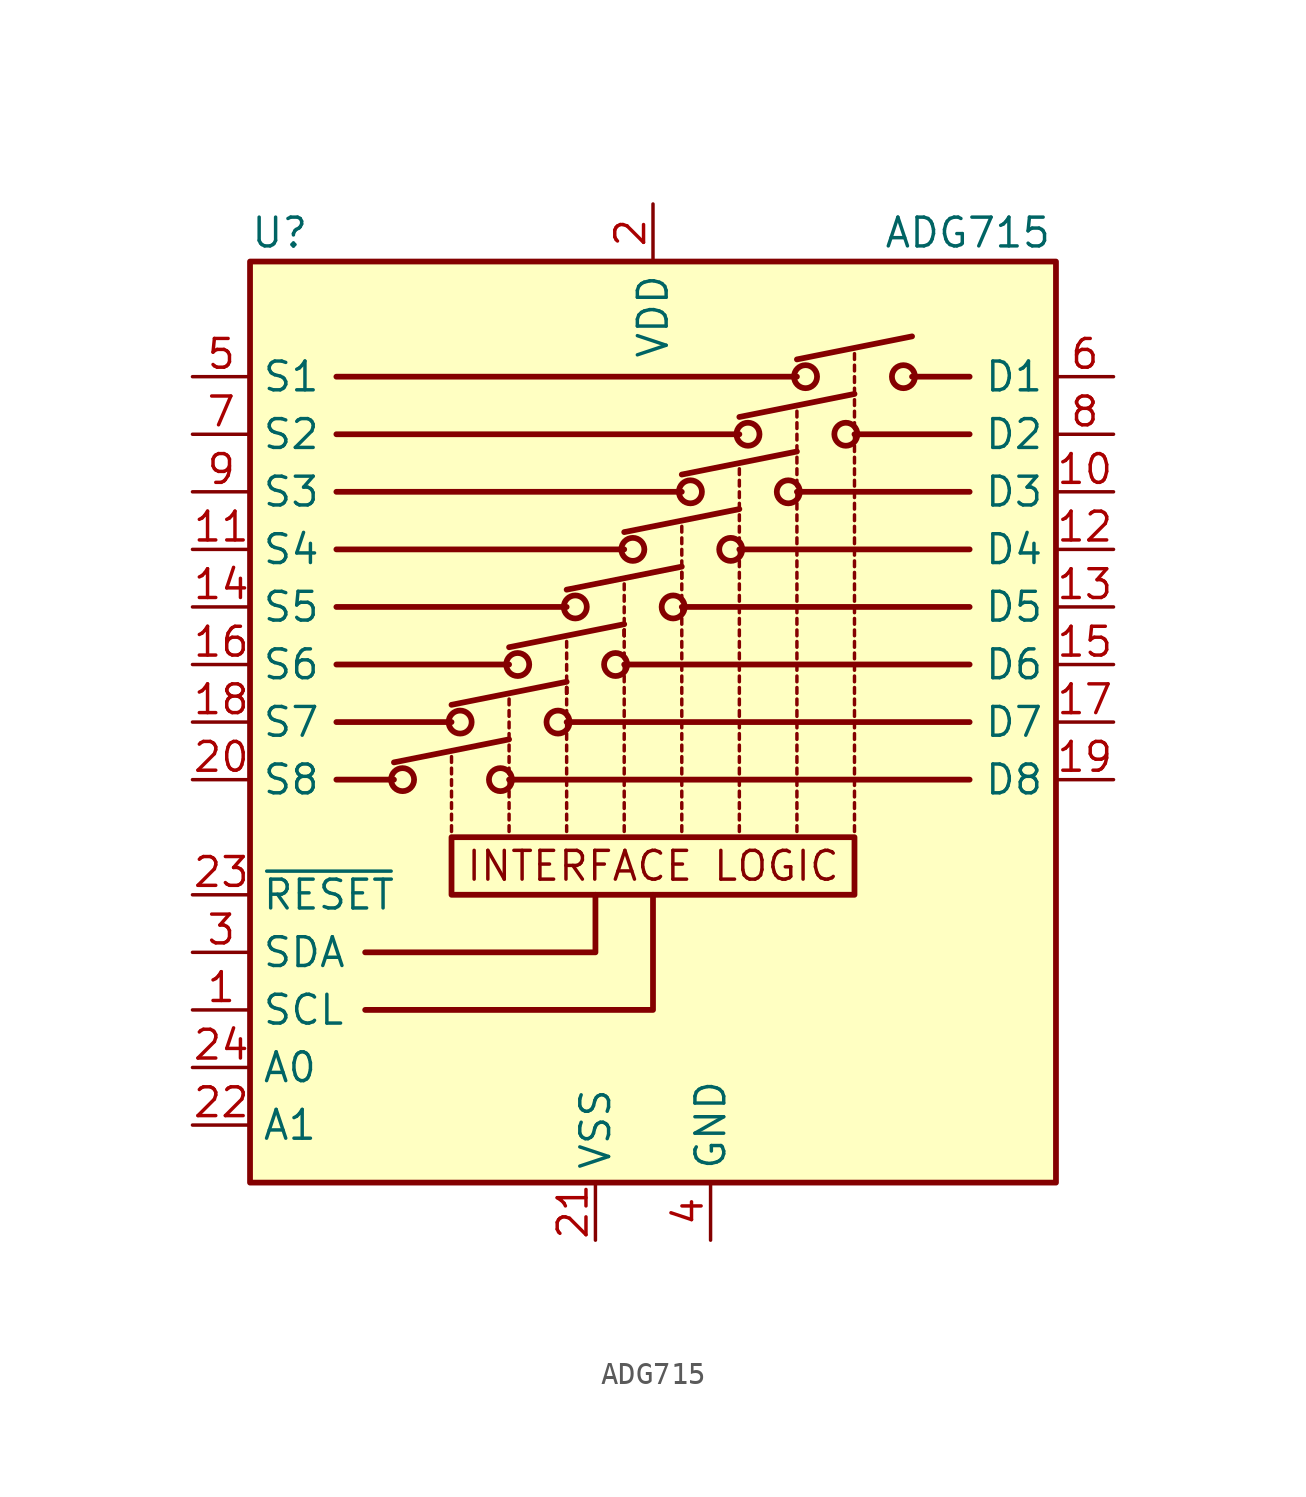
<source format=kicad_sym>
(kicad_symbol_lib
  (version 20241209)
  (generator "kicad_symbol_editor")
  (generator_version "9.0")
  (symbol "ADG715"
    (property "Reference" "U"
      (at -17.78 24.13 0)
      (effects (font (size 1.27 1.27)) (justify left)))
    (property "Value" "ADG715"
      (at 10.16 24.13 0)
      (effects (font (size 1.27 1.27)) (justify left)))
    (symbol "ADG715_0_0"
      (polyline (pts (xy -12.7 -7.62) (xy -2.54 -7.62) (xy -2.54 -5.08)) (stroke (width 0.254) (type default)) (fill (type none)))
      (polyline (pts (xy -12.7 -10.16) (xy 0 -10.16) (xy 0 -7.62) (xy 0 -5.08)) (stroke (width 0.254) (type default)) (fill (type none)))
      (text "INTERFACE LOGIC" (at 0 -3.81 0) (effects (font (size 1.27 1.27)))))
    (symbol "ADG715_0_1"
      (rectangle (start -17.78 -17.78) (end 17.78 22.86) (stroke (width 0.254) (type default)) (fill (type background)))
      (polyline (pts (xy -11.43 0) (xy -13.97 0)) (stroke (width 0.254) (type default)) (fill (type none)))
      (polyline (pts (xy -8.89 2.54) (xy -13.97 2.54)) (stroke (width 0.254) (type default)) (fill (type none)))
      (rectangle (start -8.89 -2.54) (end 8.89 -5.08) (stroke (width 0.254) (type default)) (fill (type none)))
      (polyline (pts (xy -6.35 5.08) (xy -13.97 5.08)) (stroke (width 0.254) (type default)) (fill (type none)))
      (polyline (pts (xy -6.35 0) (xy 13.97 0)) (stroke (width 0.254) (type default)) (fill (type none)))
      (polyline (pts (xy -3.81 7.62) (xy -13.97 7.62)) (stroke (width 0.254) (type default)) (fill (type none)))
      (polyline (pts (xy -3.81 2.54) (xy 13.97 2.54)) (stroke (width 0.254) (type default)) (fill (type none)))
      (polyline (pts (xy -1.27 10.16) (xy -13.97 10.16)) (stroke (width 0.254) (type default)) (fill (type none)))
      (polyline (pts (xy -1.27 5.08) (xy 13.97 5.08)) (stroke (width 0.254) (type default)) (fill (type none)))
      (polyline (pts (xy 1.27 12.7) (xy -13.97 12.7)) (stroke (width 0.254) (type default)) (fill (type none)))
      (polyline (pts (xy 1.27 7.62) (xy 13.97 7.62)) (stroke (width 0.254) (type default)) (fill (type none)))
      (polyline (pts (xy 3.81 15.24) (xy -13.97 15.24)) (stroke (width 0.254) (type default)) (fill (type none)))
      (polyline (pts (xy 3.81 10.16) (xy 13.97 10.16)) (stroke (width 0.254) (type default)) (fill (type none)))
      (polyline (pts (xy 6.35 17.78) (xy -13.97 17.78)) (stroke (width 0.254) (type default)) (fill (type none)))
      (polyline (pts (xy 6.35 12.7) (xy 13.97 12.7)) (stroke (width 0.254) (type default)) (fill (type none)))
      (polyline (pts (xy 8.89 15.24) (xy 13.97 15.24)) (stroke (width 0.254) (type default)) (fill (type none)))
      (polyline (pts (xy 11.43 17.78) (xy 13.97 17.78)) (stroke (width 0.254) (type default)) (fill (type none))))
    (symbol "ADG715_1_1"
      (polyline (pts (xy -11.43 0.762) (xy -6.35 1.778)) (stroke (width 0.254) (type default)) (fill (type none)))
      (circle (center -11.049 0) (radius 0.508) (stroke (width 0.254) (type default)) (fill (type none)))
      (polyline (pts (xy -8.89 3.302) (xy -3.81 4.318)) (stroke (width 0.254) (type default)) (fill (type none)))
      (polyline (pts (xy -8.89 0.762) (xy -8.89 1.016)) (stroke (width 0) (type default)) (fill (type none)))
      (polyline (pts (xy -8.89 0.254) (xy -8.89 0.508)) (stroke (width 0) (type default)) (fill (type none)))
      (polyline (pts (xy -8.89 -0.254) (xy -8.89 0)) (stroke (width 0) (type default)) (fill (type none)))
      (polyline (pts (xy -8.89 -0.762) (xy -8.89 -0.508)) (stroke (width 0) (type default)) (fill (type none)))
      (polyline (pts (xy -8.89 -1.27) (xy -8.89 -1.016)) (stroke (width 0) (type default)) (fill (type none)))
      (polyline (pts (xy -8.89 -1.778) (xy -8.89 -1.524)) (stroke (width 0) (type default)) (fill (type none)))
      (polyline (pts (xy -8.89 -2.286) (xy -8.89 -2.032)) (stroke (width 0) (type default)) (fill (type none)))
      (circle (center -8.509 2.54) (radius 0.508) (stroke (width 0.254) (type default)) (fill (type none)))
      (circle (center -6.731 0) (radius 0.508) (stroke (width 0.254) (type default)) (fill (type none)))
      (polyline (pts (xy -6.35 5.842) (xy -1.27 6.858)) (stroke (width 0.254) (type default)) (fill (type none)))
      (polyline (pts (xy -6.35 3.302) (xy -6.35 3.556)) (stroke (width 0) (type default)) (fill (type none)))
      (polyline (pts (xy -6.35 2.794) (xy -6.35 3.048)) (stroke (width 0) (type default)) (fill (type none)))
      (polyline (pts (xy -6.35 2.286) (xy -6.35 2.54)) (stroke (width 0) (type default)) (fill (type none)))
      (polyline (pts (xy -6.35 1.778) (xy -6.35 2.032)) (stroke (width 0) (type default)) (fill (type none)))
      (polyline (pts (xy -6.35 1.27) (xy -6.35 1.524)) (stroke (width 0) (type default)) (fill (type none)))
      (polyline (pts (xy -6.35 0.762) (xy -6.35 1.016)) (stroke (width 0) (type default)) (fill (type none)))
      (polyline (pts (xy -6.35 0.254) (xy -6.35 0.508)) (stroke (width 0) (type default)) (fill (type none)))
      (polyline (pts (xy -6.35 -0.254) (xy -6.35 0)) (stroke (width 0) (type default)) (fill (type none)))
      (polyline (pts (xy -6.35 -0.762) (xy -6.35 -0.508)) (stroke (width 0) (type default)) (fill (type none)))
      (polyline (pts (xy -6.35 -1.27) (xy -6.35 -1.016)) (stroke (width 0) (type default)) (fill (type none)))
      (polyline (pts (xy -6.35 -1.778) (xy -6.35 -1.524)) (stroke (width 0) (type default)) (fill (type none)))
      (polyline (pts (xy -6.35 -2.286) (xy -6.35 -2.032)) (stroke (width 0) (type default)) (fill (type none)))
      (circle (center -5.969 5.08) (radius 0.508) (stroke (width 0.254) (type default)) (fill (type none)))
      (circle (center -4.191 2.54) (radius 0.508) (stroke (width 0.254) (type default)) (fill (type none)))
      (polyline (pts (xy -3.81 8.382) (xy 1.27 9.398)) (stroke (width 0.254) (type default)) (fill (type none)))
      (polyline (pts (xy -3.81 5.842) (xy -3.81 6.096)) (stroke (width 0) (type default)) (fill (type none)))
      (polyline (pts (xy -3.81 5.334) (xy -3.81 5.588)) (stroke (width 0) (type default)) (fill (type none)))
      (polyline (pts (xy -3.81 4.826) (xy -3.81 5.08)) (stroke (width 0) (type default)) (fill (type none)))
      (polyline (pts (xy -3.81 4.318) (xy -3.81 4.572)) (stroke (width 0) (type default)) (fill (type none)))
      (polyline (pts (xy -3.81 3.81) (xy -3.81 4.064)) (stroke (width 0) (type default)) (fill (type none)))
      (polyline (pts (xy -3.81 3.81) (xy -3.81 4.064)) (stroke (width 0) (type default)) (fill (type none)))
      (polyline (pts (xy -3.81 3.81) (xy -3.81 4.064)) (stroke (width 0) (type default)) (fill (type none)))
      (polyline (pts (xy -3.81 3.81) (xy -3.81 4.064)) (stroke (width 0) (type default)) (fill (type none)))
      (polyline (pts (xy -3.81 3.302) (xy -3.81 3.556)) (stroke (width 0) (type default)) (fill (type none)))
      (polyline (pts (xy -3.81 2.794) (xy -3.81 3.048)) (stroke (width 0) (type default)) (fill (type none)))
      (polyline (pts (xy -3.81 2.286) (xy -3.81 2.54)) (stroke (width 0) (type default)) (fill (type none)))
      (polyline (pts (xy -3.81 1.778) (xy -3.81 2.032)) (stroke (width 0) (type default)) (fill (type none)))
      (polyline (pts (xy -3.81 1.27) (xy -3.81 1.524)) (stroke (width 0) (type default)) (fill (type none)))
      (polyline (pts (xy -3.81 0.762) (xy -3.81 1.016)) (stroke (width 0) (type default)) (fill (type none)))
      (polyline (pts (xy -3.81 0.254) (xy -3.81 0.508)) (stroke (width 0) (type default)) (fill (type none)))
      (polyline (pts (xy -3.81 -0.254) (xy -3.81 0)) (stroke (width 0) (type default)) (fill (type none)))
      (polyline (pts (xy -3.81 -0.762) (xy -3.81 -0.508)) (stroke (width 0) (type default)) (fill (type none)))
      (polyline (pts (xy -3.81 -1.27) (xy -3.81 -1.016)) (stroke (width 0) (type default)) (fill (type none)))
      (polyline (pts (xy -3.81 -1.778) (xy -3.81 -1.524)) (stroke (width 0) (type default)) (fill (type none)))
      (polyline (pts (xy -3.81 -2.286) (xy -3.81 -2.032)) (stroke (width 0) (type default)) (fill (type none)))
      (circle (center -3.429 7.62) (radius 0.508) (stroke (width 0.254) (type default)) (fill (type none)))
      (circle (center -1.651 5.08) (radius 0.508) (stroke (width 0.254) (type default)) (fill (type none)))
      (polyline (pts (xy -1.27 10.922) (xy 3.81 11.938)) (stroke (width 0.254) (type default)) (fill (type none)))
      (polyline (pts (xy -1.27 8.382) (xy -1.27 8.636)) (stroke (width 0) (type default)) (fill (type none)))
      (polyline (pts (xy -1.27 7.874) (xy -1.27 8.128)) (stroke (width 0) (type default)) (fill (type none)))
      (polyline (pts (xy -1.27 7.366) (xy -1.27 7.62)) (stroke (width 0) (type default)) (fill (type none)))
      (polyline (pts (xy -1.27 6.858) (xy -1.27 7.112)) (stroke (width 0) (type default)) (fill (type none)))
      (polyline (pts (xy -1.27 6.35) (xy -1.27 6.604)) (stroke (width 0) (type default)) (fill (type none)))
      (polyline (pts (xy -1.27 6.35) (xy -1.27 6.604)) (stroke (width 0) (type default)) (fill (type none)))
      (polyline (pts (xy -1.27 6.35) (xy -1.27 6.604)) (stroke (width 0) (type default)) (fill (type none)))
      (polyline (pts (xy -1.27 5.842) (xy -1.27 6.096)) (stroke (width 0) (type default)) (fill (type none)))
      (polyline (pts (xy -1.27 5.334) (xy -1.27 5.588)) (stroke (width 0) (type default)) (fill (type none)))
      (polyline (pts (xy -1.27 4.826) (xy -1.27 5.08)) (stroke (width 0) (type default)) (fill (type none)))
      (polyline (pts (xy -1.27 4.318) (xy -1.27 4.572)) (stroke (width 0) (type default)) (fill (type none)))
      (polyline (pts (xy -1.27 3.81) (xy -1.27 4.064)) (stroke (width 0) (type default)) (fill (type none)))
      (polyline (pts (xy -1.27 3.302) (xy -1.27 3.556)) (stroke (width 0) (type default)) (fill (type none)))
      (polyline (pts (xy -1.27 2.794) (xy -1.27 3.048)) (stroke (width 0) (type default)) (fill (type none)))
      (polyline (pts (xy -1.27 2.286) (xy -1.27 2.54)) (stroke (width 0) (type default)) (fill (type none)))
      (polyline (pts (xy -1.27 1.778) (xy -1.27 2.032)) (stroke (width 0) (type default)) (fill (type none)))
      (polyline (pts (xy -1.27 1.27) (xy -1.27 1.524)) (stroke (width 0) (type default)) (fill (type none)))
      (polyline (pts (xy -1.27 0.762) (xy -1.27 1.016)) (stroke (width 0) (type default)) (fill (type none)))
      (polyline (pts (xy -1.27 0.254) (xy -1.27 0.508)) (stroke (width 0) (type default)) (fill (type none)))
      (polyline (pts (xy -1.27 -0.254) (xy -1.27 0)) (stroke (width 0) (type default)) (fill (type none)))
      (polyline (pts (xy -1.27 -0.762) (xy -1.27 -0.508)) (stroke (width 0) (type default)) (fill (type none)))
      (polyline (pts (xy -1.27 -1.27) (xy -1.27 -1.016)) (stroke (width 0) (type default)) (fill (type none)))
      (polyline (pts (xy -1.27 -1.778) (xy -1.27 -1.524)) (stroke (width 0) (type default)) (fill (type none)))
      (polyline (pts (xy -1.27 -2.286) (xy -1.27 -2.032)) (stroke (width 0) (type default)) (fill (type none)))
      (circle (center -0.889 10.16) (radius 0.508) (stroke (width 0.254) (type default)) (fill (type none)))
      (circle (center 0.889 7.62) (radius 0.508) (stroke (width 0.254) (type default)) (fill (type none)))
      (polyline (pts (xy 1.27 13.462) (xy 6.35 14.478)) (stroke (width 0.254) (type default)) (fill (type none)))
      (polyline (pts (xy 1.27 10.922) (xy 1.27 11.176)) (stroke (width 0) (type default)) (fill (type none)))
      (polyline (pts (xy 1.27 10.414) (xy 1.27 10.668)) (stroke (width 0) (type default)) (fill (type none)))
      (polyline (pts (xy 1.27 9.906) (xy 1.27 10.16)) (stroke (width 0) (type default)) (fill (type none)))
      (polyline (pts (xy 1.27 9.398) (xy 1.27 9.652)) (stroke (width 0) (type default)) (fill (type none)))
      (polyline (pts (xy 1.27 8.89) (xy 1.27 9.144)) (stroke (width 0) (type default)) (fill (type none)))
      (polyline (pts (xy 1.27 8.89) (xy 1.27 9.144)) (stroke (width 0) (type default)) (fill (type none)))
      (polyline (pts (xy 1.27 8.382) (xy 1.27 8.636)) (stroke (width 0) (type default)) (fill (type none)))
      (polyline (pts (xy 1.27 7.874) (xy 1.27 8.128)) (stroke (width 0) (type default)) (fill (type none)))
      (polyline (pts (xy 1.27 7.366) (xy 1.27 7.62)) (stroke (width 0) (type default)) (fill (type none)))
      (polyline (pts (xy 1.27 6.858) (xy 1.27 7.112)) (stroke (width 0) (type default)) (fill (type none)))
      (polyline (pts (xy 1.27 6.35) (xy 1.27 6.604)) (stroke (width 0) (type default)) (fill (type none)))
      (polyline (pts (xy 1.27 5.842) (xy 1.27 6.096)) (stroke (width 0) (type default)) (fill (type none)))
      (polyline (pts (xy 1.27 5.334) (xy 1.27 5.588)) (stroke (width 0) (type default)) (fill (type none)))
      (polyline (pts (xy 1.27 4.826) (xy 1.27 5.08)) (stroke (width 0) (type default)) (fill (type none)))
      (polyline (pts (xy 1.27 4.318) (xy 1.27 4.572)) (stroke (width 0) (type default)) (fill (type none)))
      (polyline (pts (xy 1.27 3.81) (xy 1.27 4.064)) (stroke (width 0) (type default)) (fill (type none)))
      (polyline (pts (xy 1.27 3.302) (xy 1.27 3.556)) (stroke (width 0) (type default)) (fill (type none)))
      (polyline (pts (xy 1.27 2.794) (xy 1.27 3.048)) (stroke (width 0) (type default)) (fill (type none)))
      (polyline (pts (xy 1.27 2.286) (xy 1.27 2.54)) (stroke (width 0) (type default)) (fill (type none)))
      (polyline (pts (xy 1.27 1.778) (xy 1.27 2.032)) (stroke (width 0) (type default)) (fill (type none)))
      (polyline (pts (xy 1.27 1.27) (xy 1.27 1.524)) (stroke (width 0) (type default)) (fill (type none)))
      (polyline (pts (xy 1.27 0.762) (xy 1.27 1.016)) (stroke (width 0) (type default)) (fill (type none)))
      (polyline (pts (xy 1.27 0.254) (xy 1.27 0.508)) (stroke (width 0) (type default)) (fill (type none)))
      (polyline (pts (xy 1.27 -0.254) (xy 1.27 0)) (stroke (width 0) (type default)) (fill (type none)))
      (polyline (pts (xy 1.27 -0.762) (xy 1.27 -0.508)) (stroke (width 0) (type default)) (fill (type none)))
      (polyline (pts (xy 1.27 -1.27) (xy 1.27 -1.016)) (stroke (width 0) (type default)) (fill (type none)))
      (polyline (pts (xy 1.27 -1.778) (xy 1.27 -1.524)) (stroke (width 0) (type default)) (fill (type none)))
      (polyline (pts (xy 1.27 -2.286) (xy 1.27 -2.032)) (stroke (width 0) (type default)) (fill (type none)))
      (circle (center 1.651 12.7) (radius 0.508) (stroke (width 0.254) (type default)) (fill (type none)))
      (circle (center 3.429 10.16) (radius 0.508) (stroke (width 0.254) (type default)) (fill (type none)))
      (polyline (pts (xy 3.81 16.002) (xy 8.89 17.018)) (stroke (width 0.254) (type default)) (fill (type none)))
      (polyline (pts (xy 3.81 13.462) (xy 3.81 13.716)) (stroke (width 0) (type default)) (fill (type none)))
      (polyline (pts (xy 3.81 12.954) (xy 3.81 13.208)) (stroke (width 0) (type default)) (fill (type none)))
      (polyline (pts (xy 3.81 12.446) (xy 3.81 12.7)) (stroke (width 0) (type default)) (fill (type none)))
      (polyline (pts (xy 3.81 11.938) (xy 3.81 12.192)) (stroke (width 0) (type default)) (fill (type none)))
      (polyline (pts (xy 3.81 11.43) (xy 3.81 11.684)) (stroke (width 0) (type default)) (fill (type none)))
      (polyline (pts (xy 3.81 10.922) (xy 3.81 11.176)) (stroke (width 0) (type default)) (fill (type none)))
      (polyline (pts (xy 3.81 10.414) (xy 3.81 10.668)) (stroke (width 0) (type default)) (fill (type none)))
      (polyline (pts (xy 3.81 9.906) (xy 3.81 10.16)) (stroke (width 0) (type default)) (fill (type none)))
      (polyline (pts (xy 3.81 9.398) (xy 3.81 9.652)) (stroke (width 0) (type default)) (fill (type none)))
      (polyline (pts (xy 3.81 8.89) (xy 3.81 9.144)) (stroke (width 0) (type default)) (fill (type none)))
      (polyline (pts (xy 3.81 8.382) (xy 3.81 8.636)) (stroke (width 0) (type default)) (fill (type none)))
      (polyline (pts (xy 3.81 7.874) (xy 3.81 8.128)) (stroke (width 0) (type default)) (fill (type none)))
      (polyline (pts (xy 3.81 7.366) (xy 3.81 7.62)) (stroke (width 0) (type default)) (fill (type none)))
      (polyline (pts (xy 3.81 6.858) (xy 3.81 7.112)) (stroke (width 0) (type default)) (fill (type none)))
      (polyline (pts (xy 3.81 6.35) (xy 3.81 6.604)) (stroke (width 0) (type default)) (fill (type none)))
      (polyline (pts (xy 3.81 5.842) (xy 3.81 6.096)) (stroke (width 0) (type default)) (fill (type none)))
      (polyline (pts (xy 3.81 5.334) (xy 3.81 5.588)) (stroke (width 0) (type default)) (fill (type none)))
      (polyline (pts (xy 3.81 4.826) (xy 3.81 5.08)) (stroke (width 0) (type default)) (fill (type none)))
      (polyline (pts (xy 3.81 4.318) (xy 3.81 4.572)) (stroke (width 0) (type default)) (fill (type none)))
      (polyline (pts (xy 3.81 3.81) (xy 3.81 4.064)) (stroke (width 0) (type default)) (fill (type none)))
      (polyline (pts (xy 3.81 3.302) (xy 3.81 3.556)) (stroke (width 0) (type default)) (fill (type none)))
      (polyline (pts (xy 3.81 2.794) (xy 3.81 3.048)) (stroke (width 0) (type default)) (fill (type none)))
      (polyline (pts (xy 3.81 2.286) (xy 3.81 2.54)) (stroke (width 0) (type default)) (fill (type none)))
      (polyline (pts (xy 3.81 1.778) (xy 3.81 2.032)) (stroke (width 0) (type default)) (fill (type none)))
      (polyline (pts (xy 3.81 1.27) (xy 3.81 1.524)) (stroke (width 0) (type default)) (fill (type none)))
      (polyline (pts (xy 3.81 0.762) (xy 3.81 1.016)) (stroke (width 0) (type default)) (fill (type none)))
      (polyline (pts (xy 3.81 0.254) (xy 3.81 0.508)) (stroke (width 0) (type default)) (fill (type none)))
      (polyline (pts (xy 3.81 -0.254) (xy 3.81 0)) (stroke (width 0) (type default)) (fill (type none)))
      (polyline (pts (xy 3.81 -0.762) (xy 3.81 -0.508)) (stroke (width 0) (type default)) (fill (type none)))
      (polyline (pts (xy 3.81 -1.27) (xy 3.81 -1.016)) (stroke (width 0) (type default)) (fill (type none)))
      (polyline (pts (xy 3.81 -1.778) (xy 3.81 -1.524)) (stroke (width 0) (type default)) (fill (type none)))
      (polyline (pts (xy 3.81 -2.286) (xy 3.81 -2.032)) (stroke (width 0) (type default)) (fill (type none)))
      (circle (center 4.191 15.24) (radius 0.508) (stroke (width 0.254) (type default)) (fill (type none)))
      (circle (center 5.969 12.7) (radius 0.508) (stroke (width 0.254) (type default)) (fill (type none)))
      (polyline (pts (xy 6.35 18.542) (xy 11.43 19.558)) (stroke (width 0.254) (type default)) (fill (type none)))
      (polyline (pts (xy 6.35 16.002) (xy 6.35 16.256)) (stroke (width 0) (type default)) (fill (type none)))
      (polyline (pts (xy 6.35 15.494) (xy 6.35 15.748)) (stroke (width 0) (type default)) (fill (type none)))
      (polyline (pts (xy 6.35 14.986) (xy 6.35 15.24)) (stroke (width 0) (type default)) (fill (type none)))
      (polyline (pts (xy 6.35 14.478) (xy 6.35 14.732)) (stroke (width 0) (type default)) (fill (type none)))
      (polyline (pts (xy 6.35 13.97) (xy 6.35 14.224)) (stroke (width 0) (type default)) (fill (type none)))
      (polyline (pts (xy 6.35 13.462) (xy 6.35 13.716)) (stroke (width 0) (type default)) (fill (type none)))
      (polyline (pts (xy 6.35 12.954) (xy 6.35 13.208)) (stroke (width 0) (type default)) (fill (type none)))
      (polyline (pts (xy 6.35 12.446) (xy 6.35 12.7)) (stroke (width 0) (type default)) (fill (type none)))
      (polyline (pts (xy 6.35 11.938) (xy 6.35 12.192)) (stroke (width 0) (type default)) (fill (type none)))
      (polyline (pts (xy 6.35 11.43) (xy 6.35 11.684)) (stroke (width 0) (type default)) (fill (type none)))
      (polyline (pts (xy 6.35 10.922) (xy 6.35 11.176)) (stroke (width 0) (type default)) (fill (type none)))
      (polyline (pts (xy 6.35 10.414) (xy 6.35 10.668)) (stroke (width 0) (type default)) (fill (type none)))
      (polyline (pts (xy 6.35 9.906) (xy 6.35 10.16)) (stroke (width 0) (type default)) (fill (type none)))
      (polyline (pts (xy 6.35 9.398) (xy 6.35 9.652)) (stroke (width 0) (type default)) (fill (type none)))
      (polyline (pts (xy 6.35 8.89) (xy 6.35 9.144)) (stroke (width 0) (type default)) (fill (type none)))
      (polyline (pts (xy 6.35 8.382) (xy 6.35 8.636)) (stroke (width 0) (type default)) (fill (type none)))
      (polyline (pts (xy 6.35 7.874) (xy 6.35 8.128)) (stroke (width 0) (type default)) (fill (type none)))
      (polyline (pts (xy 6.35 7.366) (xy 6.35 7.62)) (stroke (width 0) (type default)) (fill (type none)))
      (polyline (pts (xy 6.35 6.858) (xy 6.35 7.112)) (stroke (width 0) (type default)) (fill (type none)))
      (polyline (pts (xy 6.35 6.35) (xy 6.35 6.604)) (stroke (width 0) (type default)) (fill (type none)))
      (polyline (pts (xy 6.35 5.842) (xy 6.35 6.096)) (stroke (width 0) (type default)) (fill (type none)))
      (polyline (pts (xy 6.35 5.334) (xy 6.35 5.588)) (stroke (width 0) (type default)) (fill (type none)))
      (polyline (pts (xy 6.35 4.826) (xy 6.35 5.08)) (stroke (width 0) (type default)) (fill (type none)))
      (polyline (pts (xy 6.35 4.318) (xy 6.35 4.572)) (stroke (width 0) (type default)) (fill (type none)))
      (polyline (pts (xy 6.35 3.81) (xy 6.35 4.064)) (stroke (width 0) (type default)) (fill (type none)))
      (polyline (pts (xy 6.35 3.302) (xy 6.35 3.556)) (stroke (width 0) (type default)) (fill (type none)))
      (polyline (pts (xy 6.35 2.794) (xy 6.35 3.048)) (stroke (width 0) (type default)) (fill (type none)))
      (polyline (pts (xy 6.35 2.286) (xy 6.35 2.54)) (stroke (width 0) (type default)) (fill (type none)))
      (polyline (pts (xy 6.35 1.778) (xy 6.35 2.032)) (stroke (width 0) (type default)) (fill (type none)))
      (polyline (pts (xy 6.35 1.27) (xy 6.35 1.524)) (stroke (width 0) (type default)) (fill (type none)))
      (polyline (pts (xy 6.35 0.762) (xy 6.35 1.016)) (stroke (width 0) (type default)) (fill (type none)))
      (polyline (pts (xy 6.35 0.254) (xy 6.35 0.508)) (stroke (width 0) (type default)) (fill (type none)))
      (polyline (pts (xy 6.35 -0.254) (xy 6.35 0)) (stroke (width 0) (type default)) (fill (type none)))
      (polyline (pts (xy 6.35 -0.762) (xy 6.35 -0.508)) (stroke (width 0) (type default)) (fill (type none)))
      (polyline (pts (xy 6.35 -1.27) (xy 6.35 -1.016)) (stroke (width 0) (type default)) (fill (type none)))
      (polyline (pts (xy 6.35 -1.778) (xy 6.35 -1.524)) (stroke (width 0) (type default)) (fill (type none)))
      (polyline (pts (xy 6.35 -2.286) (xy 6.35 -2.032)) (stroke (width 0) (type default)) (fill (type none)))
      (circle (center 6.731 17.78) (radius 0.508) (stroke (width 0.254) (type default)) (fill (type none)))
      (circle (center 8.509 15.24) (radius 0.508) (stroke (width 0.254) (type default)) (fill (type none)))
      (polyline (pts (xy 8.89 18.542) (xy 8.89 18.796)) (stroke (width 0) (type default)) (fill (type none)))
      (polyline (pts (xy 8.89 18.034) (xy 8.89 18.288)) (stroke (width 0) (type default)) (fill (type none)))
      (polyline (pts (xy 8.89 17.526) (xy 8.89 17.78)) (stroke (width 0) (type default)) (fill (type none)))
      (polyline (pts (xy 8.89 17.018) (xy 8.89 17.272)) (stroke (width 0) (type default)) (fill (type none)))
      (polyline (pts (xy 8.89 16.51) (xy 8.89 16.764)) (stroke (width 0) (type default)) (fill (type none)))
      (polyline (pts (xy 8.89 16.002) (xy 8.89 16.256)) (stroke (width 0) (type default)) (fill (type none)))
      (polyline (pts (xy 8.89 15.494) (xy 8.89 15.748)) (stroke (width 0) (type default)) (fill (type none)))
      (polyline (pts (xy 8.89 14.986) (xy 8.89 15.24)) (stroke (width 0) (type default)) (fill (type none)))
      (polyline (pts (xy 8.89 14.478) (xy 8.89 14.732)) (stroke (width 0) (type default)) (fill (type none)))
      (polyline (pts (xy 8.89 13.97) (xy 8.89 14.224)) (stroke (width 0) (type default)) (fill (type none)))
      (polyline (pts (xy 8.89 13.462) (xy 8.89 13.716)) (stroke (width 0) (type default)) (fill (type none)))
      (polyline (pts (xy 8.89 12.954) (xy 8.89 13.208)) (stroke (width 0) (type default)) (fill (type none)))
      (polyline (pts (xy 8.89 12.446) (xy 8.89 12.7)) (stroke (width 0) (type default)) (fill (type none)))
      (polyline (pts (xy 8.89 11.938) (xy 8.89 12.192)) (stroke (width 0) (type default)) (fill (type none)))
      (polyline (pts (xy 8.89 11.43) (xy 8.89 11.684)) (stroke (width 0) (type default)) (fill (type none)))
      (polyline (pts (xy 8.89 10.922) (xy 8.89 11.176)) (stroke (width 0) (type default)) (fill (type none)))
      (polyline (pts (xy 8.89 10.414) (xy 8.89 10.668)) (stroke (width 0) (type default)) (fill (type none)))
      (polyline (pts (xy 8.89 9.906) (xy 8.89 10.16)) (stroke (width 0) (type default)) (fill (type none)))
      (polyline (pts (xy 8.89 9.398) (xy 8.89 9.652)) (stroke (width 0) (type default)) (fill (type none)))
      (polyline (pts (xy 8.89 8.89) (xy 8.89 9.144)) (stroke (width 0) (type default)) (fill (type none)))
      (polyline (pts (xy 8.89 8.382) (xy 8.89 8.636)) (stroke (width 0) (type default)) (fill (type none)))
      (polyline (pts (xy 8.89 7.874) (xy 8.89 8.128)) (stroke (width 0) (type default)) (fill (type none)))
      (polyline (pts (xy 8.89 7.366) (xy 8.89 7.62)) (stroke (width 0) (type default)) (fill (type none)))
      (polyline (pts (xy 8.89 6.858) (xy 8.89 7.112)) (stroke (width 0) (type default)) (fill (type none)))
      (polyline (pts (xy 8.89 6.35) (xy 8.89 6.604)) (stroke (width 0) (type default)) (fill (type none)))
      (polyline (pts (xy 8.89 5.842) (xy 8.89 6.096)) (stroke (width 0) (type default)) (fill (type none)))
      (polyline (pts (xy 8.89 5.334) (xy 8.89 5.588)) (stroke (width 0) (type default)) (fill (type none)))
      (polyline (pts (xy 8.89 4.826) (xy 8.89 5.08)) (stroke (width 0) (type default)) (fill (type none)))
      (polyline (pts (xy 8.89 4.318) (xy 8.89 4.572)) (stroke (width 0) (type default)) (fill (type none)))
      (polyline (pts (xy 8.89 3.81) (xy 8.89 4.064)) (stroke (width 0) (type default)) (fill (type none)))
      (polyline (pts (xy 8.89 3.302) (xy 8.89 3.556)) (stroke (width 0) (type default)) (fill (type none)))
      (polyline (pts (xy 8.89 2.794) (xy 8.89 3.048)) (stroke (width 0) (type default)) (fill (type none)))
      (polyline (pts (xy 8.89 2.286) (xy 8.89 2.54)) (stroke (width 0) (type default)) (fill (type none)))
      (polyline (pts (xy 8.89 1.778) (xy 8.89 2.032)) (stroke (width 0) (type default)) (fill (type none)))
      (polyline (pts (xy 8.89 1.27) (xy 8.89 1.524)) (stroke (width 0) (type default)) (fill (type none)))
      (polyline (pts (xy 8.89 0.762) (xy 8.89 1.016)) (stroke (width 0) (type default)) (fill (type none)))
      (polyline (pts (xy 8.89 0.254) (xy 8.89 0.508)) (stroke (width 0) (type default)) (fill (type none)))
      (polyline (pts (xy 8.89 -0.254) (xy 8.89 0)) (stroke (width 0) (type default)) (fill (type none)))
      (polyline (pts (xy 8.89 -0.762) (xy 8.89 -0.508)) (stroke (width 0) (type default)) (fill (type none)))
      (polyline (pts (xy 8.89 -1.27) (xy 8.89 -1.016)) (stroke (width 0) (type default)) (fill (type none)))
      (polyline (pts (xy 8.89 -1.778) (xy 8.89 -1.524)) (stroke (width 0) (type default)) (fill (type none)))
      (polyline (pts (xy 8.89 -2.286) (xy 8.89 -2.032)) (stroke (width 0) (type default)) (fill (type none)))
      (circle (center 11.049 17.78) (radius 0.508) (stroke (width 0.254) (type default)) (fill (type none)))
      (pin passive line (at -20.32 17.78 0) (length 2.54) (name "S1" (effects (font (size 1.27 1.27)))) (number "5" (effects (font (size 1.27 1.27)))))
      (pin passive line (at -20.32 15.24 0) (length 2.54) (name "S2" (effects (font (size 1.27 1.27)))) (number "7" (effects (font (size 1.27 1.27)))))
      (pin passive line (at -20.32 12.7 0) (length 2.54) (name "S3" (effects (font (size 1.27 1.27)))) (number "9" (effects (font (size 1.27 1.27)))))
      (pin passive line (at -20.32 10.16 0) (length 2.54) (name "S4" (effects (font (size 1.27 1.27)))) (number "11" (effects (font (size 1.27 1.27)))))
      (pin passive line (at -20.32 7.62 0) (length 2.54) (name "S5" (effects (font (size 1.27 1.27)))) (number "14" (effects (font (size 1.27 1.27)))))
      (pin passive line (at -20.32 5.08 0) (length 2.54) (name "S6" (effects (font (size 1.27 1.27)))) (number "16" (effects (font (size 1.27 1.27)))))
      (pin passive line (at -20.32 2.54 0) (length 2.54) (name "S7" (effects (font (size 1.27 1.27)))) (number "18" (effects (font (size 1.27 1.27)))))
      (pin passive line (at -20.32 0 0) (length 2.54) (name "S8" (effects (font (size 1.27 1.27)))) (number "20" (effects (font (size 1.27 1.27)))))
      (pin input line (at -20.32 -5.08 0) (length 2.54) (name "~{RESET}" (effects (font (size 1.27 1.27)))) (number "23" (effects (font (size 1.27 1.27)))))
      (pin bidirectional line (at -20.32 -7.62 0) (length 2.54) (name "SDA" (effects (font (size 1.27 1.27)))) (number "3" (effects (font (size 1.27 1.27)))))
      (pin input line (at -20.32 -10.16 0) (length 2.54) (name "SCL" (effects (font (size 1.27 1.27)))) (number "1" (effects (font (size 1.27 1.27)))))
      (pin input line (at -20.32 -12.7 0) (length 2.54) (name "A0" (effects (font (size 1.27 1.27)))) (number "24" (effects (font (size 1.27 1.27)))))
      (pin input line (at -20.32 -15.24 0) (length 2.54) (name "A1" (effects (font (size 1.27 1.27)))) (number "22" (effects (font (size 1.27 1.27)))))
      (pin power_in line (at -2.54 -20.32 90) (length 2.54) (name "VSS" (effects (font (size 1.27 1.27)))) (number "21" (effects (font (size 1.27 1.27)))))
      (pin power_in line (at 0 25.4 270) (length 2.54) (name "VDD" (effects (font (size 1.27 1.27)))) (number "2" (effects (font (size 1.27 1.27)))))
      (pin power_in line (at 2.54 -20.32 90) (length 2.54) (name "GND" (effects (font (size 1.27 1.27)))) (number "4" (effects (font (size 1.27 1.27)))))
      (pin passive line (at 20.32 17.78 180) (length 2.54) (name "D1" (effects (font (size 1.27 1.27)))) (number "6" (effects (font (size 1.27 1.27)))))
      (pin passive line (at 20.32 15.24 180) (length 2.54) (name "D2" (effects (font (size 1.27 1.27)))) (number "8" (effects (font (size 1.27 1.27)))))
      (pin passive line (at 20.32 12.7 180) (length 2.54) (name "D3" (effects (font (size 1.27 1.27)))) (number "10" (effects (font (size 1.27 1.27)))))
      (pin passive line (at 20.32 10.16 180) (length 2.54) (name "D4" (effects (font (size 1.27 1.27)))) (number "12" (effects (font (size 1.27 1.27)))))
      (pin passive line (at 20.32 7.62 180) (length 2.54) (name "D5" (effects (font (size 1.27 1.27)))) (number "13" (effects (font (size 1.27 1.27)))))
      (pin passive line (at 20.32 5.08 180) (length 2.54) (name "D6" (effects (font (size 1.27 1.27)))) (number "15" (effects (font (size 1.27 1.27)))))
      (pin passive line (at 20.32 2.54 180) (length 2.54) (name "D7" (effects (font (size 1.27 1.27)))) (number "17" (effects (font (size 1.27 1.27)))))
      (pin passive line (at 20.32 0 180) (length 2.54) (name "D8" (effects (font (size 1.27 1.27)))) (number "19" (effects (font (size 1.27 1.27))))))))
</source>
